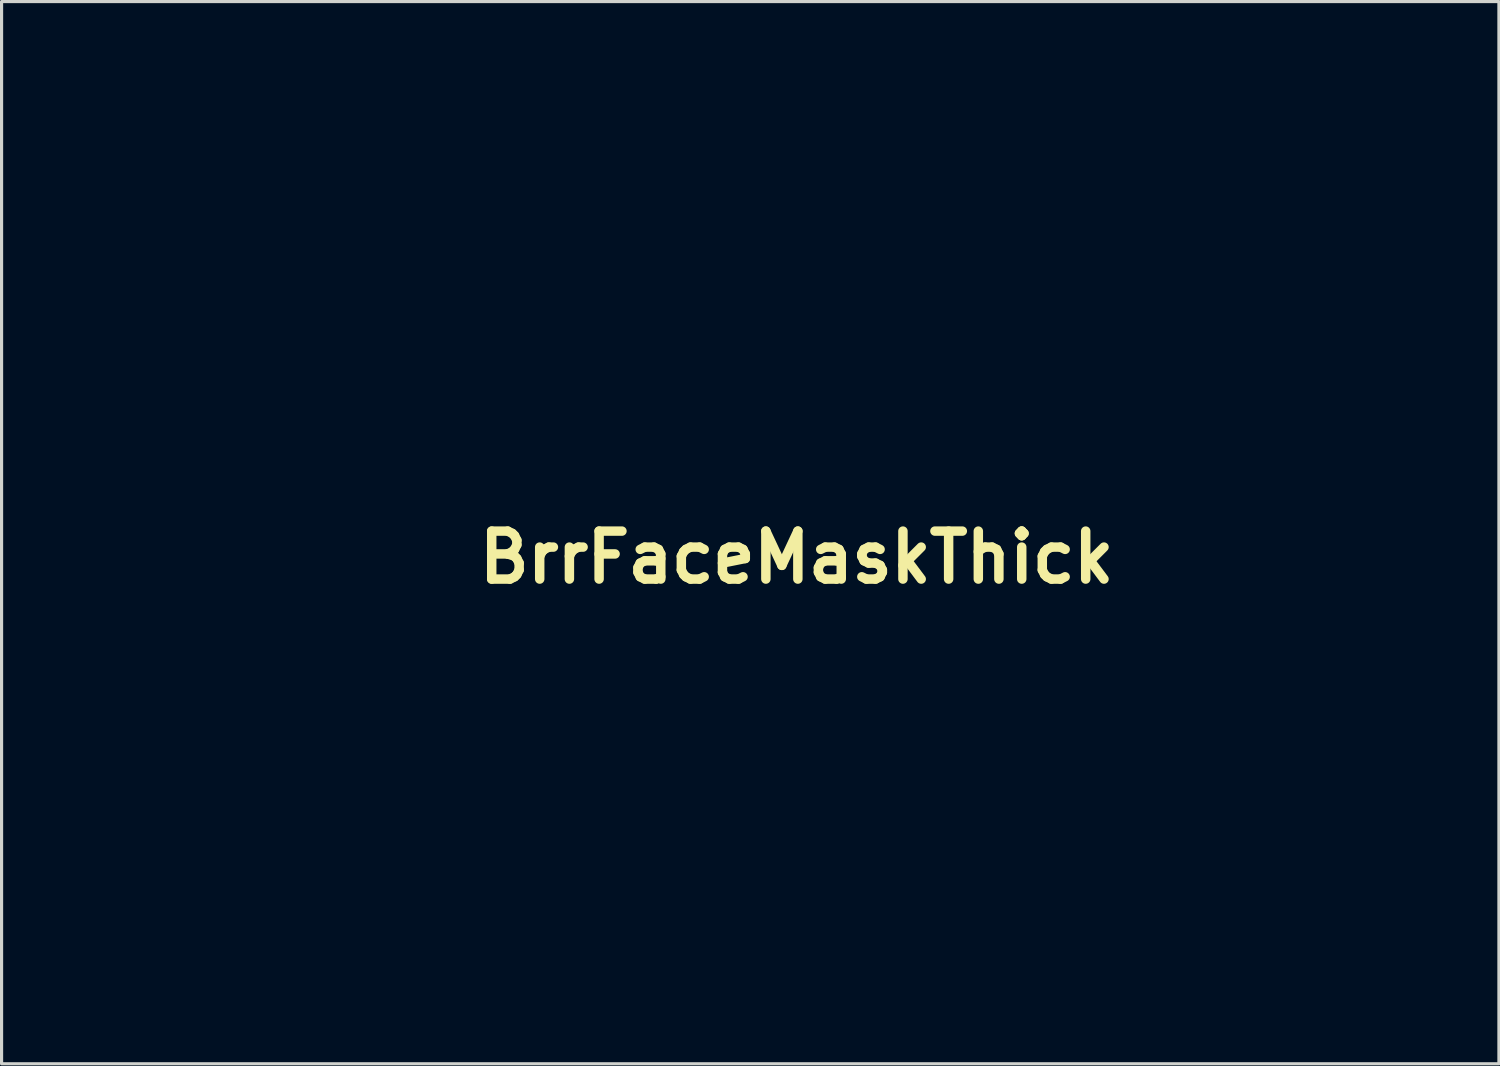
<source format=kicad_pcb>
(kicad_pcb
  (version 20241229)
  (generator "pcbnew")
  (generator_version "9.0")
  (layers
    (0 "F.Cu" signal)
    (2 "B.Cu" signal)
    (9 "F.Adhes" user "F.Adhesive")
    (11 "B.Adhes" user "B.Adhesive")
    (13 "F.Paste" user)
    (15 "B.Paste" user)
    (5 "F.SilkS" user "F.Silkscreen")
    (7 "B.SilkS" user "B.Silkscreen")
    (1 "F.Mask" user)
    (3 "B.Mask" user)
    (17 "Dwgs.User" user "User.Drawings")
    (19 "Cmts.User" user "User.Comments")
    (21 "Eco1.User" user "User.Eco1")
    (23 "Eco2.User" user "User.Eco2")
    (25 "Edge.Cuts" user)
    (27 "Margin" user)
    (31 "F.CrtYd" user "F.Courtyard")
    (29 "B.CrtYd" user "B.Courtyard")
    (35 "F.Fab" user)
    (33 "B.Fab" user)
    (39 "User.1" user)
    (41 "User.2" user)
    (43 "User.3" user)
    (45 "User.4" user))
  (footprint "BrrFaceMaskThick"
    (layer "F.Cu")
    (at 22.259 14.656)
    (property "Reference" "BrrFaceMaskThick" (at 0 0 0) (layer "F.SilkS") (effects (font (size 1.524 1.524) (thickness 0.3))))
    (attr through_hole)
    (fp_poly (pts (xy -2.925 9.337) (xy -3.819 9.337) (xy -3.819 8.075) (xy -2.925 8.075) (xy -2.925 9.337)) (stroke (width 0.01) (type solid)) (fill yes) (layer "F.Mask"))
    (fp_poly (pts (xy -2.925 11.141) (xy -3.819 11.141) (xy -3.819 9.932) (xy -2.925 9.932) (xy -2.925 11.141)) (stroke (width 0.01) (type solid)) (fill yes) (layer "F.Mask"))
    (fp_poly (pts (xy -1.542 9.337) (xy -2.33 9.337) (xy -2.33 8.075) (xy -1.542 8.075) (xy -1.542 9.337)) (stroke (width 0.01) (type solid)) (fill yes) (layer "F.Mask"))
    (fp_poly (pts (xy -1.542 11.141) (xy -2.33 11.141) (xy -2.33 9.932) (xy -1.542 9.932) (xy -1.542 11.141)) (stroke (width 0.01) (type solid)) (fill yes) (layer "F.Mask"))
    (fp_poly (pts (xy -0.158 9.337) (xy -0.946 9.337) (xy -0.946 8.075) (xy -0.158 8.075) (xy -0.158 9.337)) (stroke (width 0.01) (type solid)) (fill yes) (layer "F.Mask"))
    (fp_poly (pts (xy -0.158 11.141) (xy -0.946 11.141) (xy -0.946 9.932) (xy -0.158 9.932) (xy -0.158 11.141)) (stroke (width 0.01) (type solid)) (fill yes) (layer "F.Mask"))
    (fp_poly (pts (xy 1.331 9.337) (xy 0.438 9.337) (xy 0.438 8.075) (xy 1.331 8.075) (xy 1.331 9.337)) (stroke (width 0.01) (type solid)) (fill yes) (layer "F.Mask"))
    (fp_poly (pts (xy 1.331 11.141) (xy 0.438 11.141) (xy 0.438 9.932) (xy 1.331 9.932) (xy 1.331 11.141)) (stroke (width 0.01) (type solid)) (fill yes) (layer "F.Mask"))
    (fp_poly (pts (xy -4.397 9.337) (xy -5.29 9.337) (xy -5.29 9.28) (xy -5.28 9.182) (xy -5.251 9.065) (xy -5.209 8.941) (xy -5.155 8.817) (xy -5.094 8.705) (xy -5.086 8.691) (xy -4.978 8.549) (xy -4.845 8.416) (xy -4.695 8.299) (xy -4.537 8.206) (xy -4.44 8.163) (xy -4.397 8.146) (xy -4.397 9.337)) (stroke (width 0.01) (type solid)) (fill yes) (layer "F.Mask"))
    (fp_poly (pts (xy 2.03 8.223) (xy 2.21 8.333) (xy 2.37 8.47) (xy 2.507 8.63) (xy 2.619 8.809) (xy 2.701 9.004) (xy 2.742 9.153) (xy 2.754 9.21) (xy 2.764 9.254) (xy 2.766 9.286) (xy 2.757 9.309) (xy 2.734 9.324) (xy 2.692 9.332) (xy 2.629 9.336) (xy 2.54 9.337) (xy 2.422 9.337) (xy 2.339 9.337) (xy 1.909 9.337) (xy 1.909 8.163) (xy 2.03 8.223)) (stroke (width 0.01) (type solid)) (fill yes) (layer "F.Mask"))
    (fp_poly (pts (xy 2.756 9.998) (xy 2.709 10.191) (xy 2.63 10.379) (xy 2.521 10.557) (xy 2.386 10.721) (xy 2.367 10.74) (xy 2.293 10.808) (xy 2.213 10.874) (xy 2.13 10.934) (xy 2.053 10.984) (xy 1.987 11.019) (xy 1.939 11.035) (xy 1.931 11.036) (xy 1.925 11.028) (xy 1.92 11.004) (xy 1.916 10.96) (xy 1.913 10.894) (xy 1.911 10.802) (xy 1.91 10.681) (xy 1.909 10.53) (xy 1.909 10.484) (xy 1.909 9.932) (xy 2.766 9.932) (xy 2.756 9.998)) (stroke (width 0.01) (type solid)) (fill yes) (layer "F.Mask"))
    (fp_poly (pts (xy -4.958 9.932) (xy -4.844 9.932) (xy -4.397 9.932) (xy -4.397 10.493) (xy -4.397 10.655) (xy -4.398 10.784) (xy -4.4 10.885) (xy -4.402 10.959) (xy -4.406 11.01) (xy -4.411 11.04) (xy -4.416 11.052) (xy -4.419 11.053) (xy -4.444 11.045) (xy -4.491 11.025) (xy -4.551 10.997) (xy -4.563 10.991) (xy -4.735 10.886) (xy -4.891 10.754) (xy -5.027 10.598) (xy -5.139 10.425) (xy -5.223 10.239) (xy -5.256 10.132) (xy -5.272 10.071) (xy -5.284 10.024) (xy -5.289 9.989) (xy -5.282 9.964) (xy -5.261 9.948) (xy -5.221 9.938) (xy -5.16 9.933) (xy -5.073 9.932) (xy -4.958 9.932)) (stroke (width 0.01) (type solid)) (fill yes) (layer "F.Mask"))
    (fp_poly (pts (xy -11.765 -1.39) (xy -11.417 -1.348) (xy -11.075 -1.275) (xy -10.741 -1.171) (xy -10.416 -1.037) (xy -10.102 -0.872) (xy -9.802 -0.678) (xy -9.519 -0.455) (xy -9.253 -0.203) (xy -9.233 -0.182) (xy -8.991 0.099) (xy -8.779 0.398) (xy -8.597 0.714) (xy -8.446 1.047) (xy -8.325 1.396) (xy -8.236 1.761) (xy -8.204 1.944) (xy -8.188 2.079) (xy -8.178 2.238) (xy -8.173 2.413) (xy -8.173 2.592) (xy -8.179 2.765) (xy -8.189 2.924) (xy -8.204 3.048) (xy -8.277 3.414) (xy -8.381 3.766) (xy -8.515 4.103) (xy -8.678 4.423) (xy -8.869 4.724) (xy -9.086 5.006) (xy -9.328 5.267) (xy -9.594 5.505) (xy -9.882 5.719) (xy -10.191 5.907) (xy -10.52 6.068) (xy -10.867 6.2) (xy -11.011 6.245) (xy -11.287 6.311) (xy -11.58 6.358) (xy -11.881 6.384) (xy -12.177 6.388) (xy -12.402 6.375) (xy -12.771 6.322) (xy -13.129 6.238) (xy -13.475 6.122) (xy -13.806 5.975) (xy -14.121 5.799) (xy -14.418 5.595) (xy -14.695 5.363) (xy -14.951 5.104) (xy -15.169 4.839) (xy -15.375 4.537) (xy -15.551 4.22) (xy -15.695 3.891) (xy -15.808 3.553) (xy -15.89 3.207) (xy -15.939 2.856) (xy -15.957 2.503) (xy -15.942 2.149) (xy -15.895 1.797) (xy -15.814 1.448) (xy -15.701 1.106) (xy -15.581 0.827) (xy -15.436 0.548) (xy -15.275 0.293) (xy -15.095 0.054) (xy -14.887 -0.179) (xy -14.813 -0.255) (xy -14.612 -0.445) (xy -14.416 -0.609) (xy -14.215 -0.753) (xy -14.002 -0.884) (xy -13.841 -0.97) (xy -13.506 -1.122) (xy -13.165 -1.241) (xy -12.817 -1.327) (xy -12.467 -1.38) (xy -12.115 -1.401) (xy -11.765 -1.39)) (stroke (width 0.01) (type solid)) (fill yes) (layer "F.Mask"))
    (fp_poly (pts (xy 9.777 -1.312) (xy 9.975 -1.297) (xy 9.985 -1.295) (xy 10.348 -1.234) (xy 10.699 -1.14) (xy 11.037 -1.015) (xy 11.359 -0.862) (xy 11.665 -0.681) (xy 11.952 -0.473) (xy 12.219 -0.241) (xy 12.465 0.015) (xy 12.686 0.293) (xy 12.882 0.591) (xy 13.051 0.908) (xy 13.191 1.243) (xy 13.241 1.389) (xy 13.33 1.722) (xy 13.389 2.069) (xy 13.418 2.422) (xy 13.416 2.777) (xy 13.383 3.128) (xy 13.32 3.469) (xy 13.295 3.571) (xy 13.184 3.921) (xy 13.042 4.256) (xy 12.871 4.573) (xy 12.674 4.872) (xy 12.45 5.15) (xy 12.203 5.406) (xy 11.933 5.639) (xy 11.642 5.846) (xy 11.331 6.026) (xy 11.003 6.179) (xy 10.659 6.301) (xy 10.487 6.349) (xy 10.375 6.376) (xy 10.249 6.401) (xy 10.127 6.423) (xy 10.04 6.436) (xy 9.901 6.449) (xy 9.738 6.458) (xy 9.562 6.461) (xy 9.384 6.46) (xy 9.214 6.454) (xy 9.063 6.442) (xy 8.995 6.434) (xy 8.649 6.371) (xy 8.309 6.274) (xy 7.978 6.146) (xy 7.659 5.988) (xy 7.354 5.802) (xy 7.068 5.59) (xy 6.802 5.355) (xy 6.561 5.096) (xy 6.428 4.93) (xy 6.216 4.62) (xy 6.037 4.299) (xy 5.891 3.967) (xy 5.778 3.624) (xy 5.699 3.27) (xy 5.653 2.905) (xy 5.641 2.575) (xy 5.657 2.202) (xy 5.706 1.842) (xy 5.788 1.492) (xy 5.904 1.151) (xy 6.053 0.819) (xy 6.229 0.508) (xy 6.428 0.218) (xy 6.655 -0.053) (xy 6.908 -0.303) (xy 7.182 -0.53) (xy 7.475 -0.732) (xy 7.785 -0.907) (xy 8.107 -1.053) (xy 8.441 -1.167) (xy 8.667 -1.225) (xy 8.871 -1.263) (xy 9.094 -1.291) (xy 9.326 -1.309) (xy 9.558 -1.316) (xy 9.777 -1.312)) (stroke (width 0.01) (type solid)) (fill yes) (layer "F.Mask"))
    (fp_poly (pts (xy -1.248 -14.65) (xy -1.093 -14.647) (xy -0.951 -14.642) (xy -0.826 -14.637) (xy -0.725 -14.629) (xy -0.652 -14.62) (xy -0.648 -14.62) (xy -0.562 -14.606) (xy -0.456 -14.59) (xy -0.343 -14.576) (xy -0.251 -14.565) (xy -0.115 -14.548) (xy -0.009 -14.527) (xy 0.072 -14.502) (xy 0.082 -14.498) (xy 0.152 -14.475) (xy 0.242 -14.454) (xy 0.334 -14.439) (xy 0.345 -14.437) (xy 0.426 -14.425) (xy 0.502 -14.408) (xy 0.56 -14.39) (xy 0.572 -14.385) (xy 0.631 -14.361) (xy 0.701 -14.339) (xy 0.732 -14.331) (xy 0.797 -14.314) (xy 0.858 -14.293) (xy 0.88 -14.283) (xy 0.927 -14.264) (xy 0.993 -14.244) (xy 1.049 -14.231) (xy 1.12 -14.211) (xy 1.187 -14.185) (xy 1.225 -14.165) (xy 1.281 -14.134) (xy 1.339 -14.112) (xy 1.349 -14.11) (xy 1.409 -14.092) (xy 1.463 -14.067) (xy 1.516 -14.04) (xy 1.577 -14.016) (xy 1.585 -14.013) (xy 1.643 -13.991) (xy 1.696 -13.963) (xy 1.702 -13.958) (xy 1.75 -13.931) (xy 1.809 -13.905) (xy 1.824 -13.899) (xy 1.876 -13.878) (xy 1.917 -13.856) (xy 1.926 -13.85) (xy 1.952 -13.833) (xy 2.002 -13.805) (xy 2.069 -13.77) (xy 2.141 -13.734) (xy 2.214 -13.697) (xy 2.274 -13.664) (xy 2.315 -13.639) (xy 2.33 -13.625) (xy 2.33 -13.625) (xy 2.345 -13.61) (xy 2.382 -13.588) (xy 2.413 -13.574) (xy 2.468 -13.547) (xy 2.514 -13.521) (xy 2.528 -13.51) (xy 2.577 -13.472) (xy 2.655 -13.423) (xy 2.759 -13.364) (xy 2.814 -13.329) (xy 2.865 -13.289) (xy 2.874 -13.28) (xy 2.908 -13.25) (xy 2.962 -13.207) (xy 3.027 -13.158) (xy 3.066 -13.129) (xy 3.136 -13.076) (xy 3.223 -13.009) (xy 3.314 -12.935) (xy 3.401 -12.864) (xy 3.406 -12.86) (xy 3.515 -12.764) (xy 3.633 -12.654) (xy 3.758 -12.534) (xy 3.886 -12.407) (xy 4.013 -12.276) (xy 4.137 -12.145) (xy 4.254 -12.017) (xy 4.36 -11.896) (xy 4.453 -11.786) (xy 4.53 -11.69) (xy 4.586 -11.612) (xy 4.614 -11.566) (xy 4.637 -11.528) (xy 4.656 -11.509) (xy 4.658 -11.509) (xy 4.676 -11.495) (xy 4.703 -11.46) (xy 4.72 -11.434) (xy 4.759 -11.375) (xy 4.805 -11.309) (xy 4.826 -11.281) (xy 4.868 -11.224) (xy 4.905 -11.166) (xy 4.92 -11.141) (xy 4.952 -11.092) (xy 4.985 -11.051) (xy 4.99 -11.047) (xy 5.02 -11.005) (xy 5.037 -10.964) (xy 5.056 -10.913) (xy 5.086 -10.865) (xy 5.117 -10.823) (xy 5.153 -10.769) (xy 5.19 -10.709) (xy 5.223 -10.653) (xy 5.246 -10.608) (xy 5.255 -10.585) (xy 5.255 -10.585) (xy 5.264 -10.561) (xy 5.287 -10.521) (xy 5.3 -10.502) (xy 5.334 -10.444) (xy 5.367 -10.376) (xy 5.378 -10.349) (xy 5.401 -10.293) (xy 5.425 -10.248) (xy 5.435 -10.232) (xy 5.458 -10.197) (xy 5.481 -10.148) (xy 5.483 -10.142) (xy 5.504 -10.094) (xy 5.526 -10.058) (xy 5.528 -10.055) (xy 5.544 -10.025) (xy 5.563 -9.973) (xy 5.579 -9.923) (xy 5.616 -9.827) (xy 5.673 -9.749) (xy 5.678 -9.743) (xy 5.748 -9.67) (xy 5.812 -9.698) (xy 5.867 -9.719) (xy 5.935 -9.744) (xy 5.977 -9.757) (xy 6.04 -9.781) (xy 6.096 -9.807) (xy 6.121 -9.823) (xy 6.162 -9.845) (xy 6.223 -9.866) (xy 6.283 -9.88) (xy 6.353 -9.897) (xy 6.416 -9.916) (xy 6.454 -9.933) (xy 6.503 -9.955) (xy 6.567 -9.976) (xy 6.604 -9.985) (xy 6.676 -10.004) (xy 6.75 -10.027) (xy 6.779 -10.038) (xy 6.835 -10.055) (xy 6.911 -10.072) (xy 6.992 -10.086) (xy 7.004 -10.088) (xy 7.085 -10.102) (xy 7.164 -10.12) (xy 7.225 -10.141) (xy 7.232 -10.143) (xy 7.269 -10.158) (xy 7.313 -10.171) (xy 7.368 -10.182) (xy 7.44 -10.194) (xy 7.533 -10.205) (xy 7.652 -10.219) (xy 7.76 -10.23) (xy 7.854 -10.239) (xy 7.951 -10.25) (xy 8.035 -10.261) (xy 8.067 -10.265) (xy 8.146 -10.272) (xy 8.254 -10.278) (xy 8.382 -10.281) (xy 8.523 -10.282) (xy 8.67 -10.281) (xy 8.816 -10.278) (xy 8.953 -10.273) (xy 9.074 -10.266) (xy 9.173 -10.257) (xy 9.179 -10.256) (xy 9.289 -10.244) (xy 9.416 -10.231) (xy 9.544 -10.22) (xy 9.633 -10.212) (xy 9.769 -10.199) (xy 9.878 -10.182) (xy 9.969 -10.159) (xy 9.994 -10.151) (xy 10.076 -10.127) (xy 10.173 -10.105) (xy 10.264 -10.09) (xy 10.267 -10.09) (xy 10.351 -10.077) (xy 10.436 -10.059) (xy 10.504 -10.04) (xy 10.51 -10.038) (xy 10.586 -10.014) (xy 10.668 -9.991) (xy 10.703 -9.983) (xy 10.771 -9.966) (xy 10.835 -9.943) (xy 10.862 -9.932) (xy 10.913 -9.911) (xy 10.982 -9.892) (xy 11.037 -9.88) (xy 11.107 -9.863) (xy 11.174 -9.839) (xy 11.211 -9.819) (xy 11.266 -9.791) (xy 11.334 -9.766) (xy 11.364 -9.757) (xy 11.417 -9.743) (xy 11.455 -9.729) (xy 11.465 -9.722) (xy 11.485 -9.709) (xy 11.529 -9.69) (xy 11.587 -9.67) (xy 11.647 -9.647) (xy 11.695 -9.624) (xy 11.72 -9.607) (xy 11.748 -9.588) (xy 11.797 -9.567) (xy 11.84 -9.553) (xy 11.898 -9.534) (xy 11.946 -9.514) (xy 11.965 -9.502) (xy 11.991 -9.485) (xy 12.041 -9.456) (xy 12.108 -9.421) (xy 12.175 -9.387) (xy 12.254 -9.347) (xy 12.325 -9.308) (xy 12.38 -9.275) (xy 12.408 -9.255) (xy 12.446 -9.228) (xy 12.475 -9.214) (xy 12.478 -9.214) (xy 12.504 -9.205) (xy 12.546 -9.181) (xy 12.571 -9.166) (xy 12.626 -9.13) (xy 12.678 -9.097) (xy 12.694 -9.087) (xy 12.764 -9.043) (xy 12.847 -8.989) (xy 12.937 -8.929) (xy 13.025 -8.868) (xy 13.105 -8.813) (xy 13.169 -8.766) (xy 13.208 -8.737) (xy 13.248 -8.705) (xy 13.306 -8.659) (xy 13.375 -8.605) (xy 13.427 -8.565) (xy 13.537 -8.476) (xy 13.664 -8.366) (xy 13.802 -8.239) (xy 13.948 -8.101) (xy 14.094 -7.958) (xy 14.236 -7.813) (xy 14.367 -7.673) (xy 14.399 -7.638) (xy 14.453 -7.579) (xy 14.502 -7.525) (xy 14.538 -7.486) (xy 14.549 -7.474) (xy 14.576 -7.442) (xy 14.62 -7.388) (xy 14.674 -7.319) (xy 14.733 -7.242) (xy 14.792 -7.164) (xy 14.847 -7.091) (xy 14.892 -7.03) (xy 14.92 -6.989) (xy 14.952 -6.944) (xy 14.979 -6.911) (xy 15 -6.88) (xy 15.031 -6.828) (xy 15.068 -6.761) (xy 15.091 -6.718) (xy 15.13 -6.647) (xy 15.166 -6.585) (xy 15.194 -6.54) (xy 15.205 -6.525) (xy 15.22 -6.507) (xy 15.236 -6.482) (xy 15.257 -6.446) (xy 15.285 -6.393) (xy 15.322 -6.318) (xy 15.359 -6.245) (xy 15.389 -6.189) (xy 15.419 -6.141) (xy 15.434 -6.122) (xy 15.454 -6.093) (xy 15.485 -6.04) (xy 15.522 -5.97) (xy 15.557 -5.903) (xy 15.614 -5.788) (xy 15.658 -5.701) (xy 15.693 -5.636) (xy 15.72 -5.589) (xy 15.742 -5.556) (xy 15.761 -5.532) (xy 15.764 -5.528) (xy 15.788 -5.49) (xy 15.81 -5.433) (xy 15.82 -5.395) (xy 15.84 -5.322) (xy 15.868 -5.248) (xy 15.882 -5.22) (xy 15.906 -5.169) (xy 15.921 -5.127) (xy 15.923 -5.113) (xy 15.931 -5.082) (xy 15.951 -5.034) (xy 15.965 -5.006) (xy 15.991 -4.944) (xy 16.014 -4.867) (xy 16.025 -4.814) (xy 16.045 -4.728) (xy 16.075 -4.656) (xy 16.086 -4.637) (xy 16.125 -4.552) (xy 16.142 -4.463) (xy 16.155 -4.383) (xy 16.175 -4.299) (xy 16.188 -4.257) (xy 16.207 -4.192) (xy 16.227 -4.109) (xy 16.244 -4.023) (xy 16.246 -4.01) (xy 16.262 -3.932) (xy 16.28 -3.857) (xy 16.298 -3.801) (xy 16.301 -3.791) (xy 16.317 -3.734) (xy 16.331 -3.643) (xy 16.342 -3.518) (xy 16.347 -3.451) (xy 16.356 -3.33) (xy 16.37 -3.197) (xy 16.386 -3.066) (xy 16.403 -2.953) (xy 16.405 -2.943) (xy 16.422 -2.828) (xy 16.438 -2.698) (xy 16.45 -2.57) (xy 16.456 -2.479) (xy 16.459 -2.352) (xy 16.457 -2.217) (xy 16.452 -2.082) (xy 16.443 -1.953) (xy 16.432 -1.839) (xy 16.418 -1.746) (xy 16.405 -1.69) (xy 16.394 -1.642) (xy 16.381 -1.568) (xy 16.369 -1.475) (xy 16.357 -1.373) (xy 16.352 -1.323) (xy 16.338 -1.185) (xy 16.322 -1.073) (xy 16.304 -0.99) (xy 16.294 -0.955) (xy 16.271 -0.886) (xy 16.253 -0.814) (xy 16.248 -0.788) (xy 16.235 -0.725) (xy 16.215 -0.651) (xy 16.202 -0.613) (xy 16.182 -0.545) (xy 16.161 -0.461) (xy 16.145 -0.382) (xy 16.134 -0.283) (xy 16.139 -0.209) (xy 16.162 -0.154) (xy 16.207 -0.112) (xy 16.244 -0.091) (xy 16.295 -0.062) (xy 16.336 -0.032) (xy 16.346 -0.023) (xy 16.371 0.001) (xy 16.417 0.04) (xy 16.476 0.088) (xy 16.519 0.123) (xy 16.774 0.331) (xy 17.002 0.532) (xy 17.21 0.732) (xy 17.403 0.936) (xy 17.5 1.045) (xy 17.619 1.185) (xy 17.718 1.303) (xy 17.801 1.405) (xy 17.87 1.494) (xy 17.929 1.575) (xy 17.982 1.652) (xy 17.99 1.664) (xy 18.02 1.709) (xy 18.062 1.773) (xy 18.109 1.843) (xy 18.126 1.867) (xy 18.166 1.929) (xy 18.197 1.98) (xy 18.215 2.014) (xy 18.218 2.022) (xy 18.23 2.045) (xy 18.259 2.079) (xy 18.27 2.09) (xy 18.304 2.129) (xy 18.322 2.163) (xy 18.323 2.171) (xy 18.332 2.201) (xy 18.355 2.249) (xy 18.378 2.287) (xy 18.417 2.348) (xy 18.455 2.408) (xy 18.473 2.435) (xy 18.501 2.489) (xy 18.522 2.541) (xy 18.524 2.549) (xy 18.545 2.6) (xy 18.576 2.645) (xy 18.608 2.692) (xy 18.634 2.749) (xy 18.637 2.759) (xy 18.657 2.817) (xy 18.685 2.885) (xy 18.7 2.917) (xy 18.76 3.046) (xy 18.805 3.15) (xy 18.835 3.227) (xy 18.848 3.277) (xy 18.849 3.285) (xy 18.857 3.321) (xy 18.877 3.375) (xy 18.902 3.427) (xy 18.935 3.5) (xy 18.962 3.578) (xy 18.973 3.626) (xy 18.99 3.699) (xy 19.012 3.773) (xy 19.023 3.801) (xy 19.045 3.864) (xy 19.065 3.941) (xy 19.075 3.989) (xy 19.092 4.062) (xy 19.114 4.135) (xy 19.129 4.173) (xy 19.151 4.245) (xy 19.166 4.348) (xy 19.174 4.441) (xy 19.193 4.615) (xy 19.227 4.759) (xy 19.229 4.765) (xy 19.25 4.841) (xy 19.267 4.932) (xy 19.28 5.039) (xy 19.29 5.167) (xy 19.297 5.317) (xy 19.301 5.494) (xy 19.301 5.698) (xy 19.299 5.935) (xy 19.299 5.991) (xy 19.289 6.595) (xy 19.238 6.753) (xy 19.211 6.844) (xy 19.193 6.93) (xy 19.181 7.025) (xy 19.175 7.117) (xy 19.168 7.227) (xy 19.157 7.309) (xy 19.142 7.372) (xy 19.13 7.403) (xy 19.107 7.465) (xy 19.086 7.542) (xy 19.074 7.6) (xy 19.06 7.667) (xy 19.044 7.727) (xy 19.032 7.761) (xy 19.018 7.799) (xy 19.001 7.86) (xy 18.985 7.933) (xy 18.981 7.953) (xy 18.957 8.052) (xy 18.928 8.13) (xy 18.91 8.164) (xy 18.882 8.217) (xy 18.858 8.286) (xy 18.847 8.33) (xy 18.831 8.397) (xy 18.81 8.458) (xy 18.796 8.487) (xy 18.771 8.538) (xy 18.748 8.601) (xy 18.743 8.618) (xy 18.725 8.673) (xy 18.704 8.716) (xy 18.697 8.726) (xy 18.676 8.76) (xy 18.655 8.812) (xy 18.646 8.837) (xy 18.622 8.899) (xy 18.59 8.955) (xy 18.579 8.97) (xy 18.546 9.021) (xy 18.525 9.075) (xy 18.524 9.078) (xy 18.508 9.126) (xy 18.478 9.192) (xy 18.441 9.265) (xy 18.402 9.333) (xy 18.367 9.386) (xy 18.357 9.398) (xy 18.331 9.441) (xy 18.315 9.488) (xy 18.294 9.539) (xy 18.26 9.584) (xy 18.224 9.626) (xy 18.188 9.681) (xy 18.181 9.695) (xy 18.134 9.787) (xy 18.092 9.857) (xy 18.052 9.914) (xy 18.032 9.938) (xy 17.993 9.987) (xy 17.948 10.049) (xy 17.92 10.089) (xy 17.86 10.173) (xy 17.78 10.277) (xy 17.686 10.395) (xy 17.582 10.521) (xy 17.472 10.648) (xy 17.434 10.692) (xy 17.204 10.938) (xy 16.947 11.184) (xy 16.755 11.353) (xy 16.674 11.422) (xy 16.599 11.487) (xy 16.535 11.541) (xy 16.489 11.582) (xy 16.466 11.603) (xy 16.423 11.639) (xy 16.381 11.666) (xy 16.347 11.687) (xy 16.296 11.723) (xy 16.239 11.766) (xy 16.235 11.769) (xy 16.18 11.811) (xy 16.133 11.846) (xy 16.103 11.866) (xy 16.101 11.867) (xy 16.071 11.886) (xy 16.023 11.915) (xy 15.984 11.939) (xy 15.917 11.981) (xy 15.844 12.026) (xy 15.813 12.045) (xy 15.753 12.082) (xy 15.696 12.119) (xy 15.673 12.135) (xy 15.616 12.17) (xy 15.557 12.201) (xy 15.555 12.201) (xy 15.464 12.244) (xy 15.376 12.286) (xy 15.301 12.326) (xy 15.245 12.357) (xy 15.225 12.371) (xy 15.18 12.396) (xy 15.123 12.418) (xy 15.111 12.421) (xy 15.05 12.444) (xy 14.994 12.473) (xy 14.987 12.478) (xy 14.93 12.511) (xy 14.842 12.547) (xy 14.728 12.588) (xy 14.599 12.628) (xy 14.531 12.651) (xy 14.469 12.679) (xy 14.436 12.699) (xy 14.376 12.728) (xy 14.291 12.75) (xy 14.254 12.756) (xy 14.181 12.77) (xy 14.112 12.788) (xy 14.065 12.806) (xy 14.013 12.827) (xy 13.944 12.847) (xy 13.898 12.856) (xy 13.819 12.874) (xy 13.735 12.897) (xy 13.696 12.909) (xy 13.638 12.925) (xy 13.557 12.94) (xy 13.463 12.954) (xy 13.387 12.962) (xy 13.268 12.975) (xy 13.167 12.992) (xy 13.091 13.012) (xy 13.081 13.016) (xy 13.021 13.034) (xy 12.938 13.051) (xy 12.847 13.064) (xy 12.81 13.068) (xy 12.784 13.068) (xy 12.723 13.069) (xy 12.63 13.07) (xy 12.505 13.071) (xy 12.348 13.071) (xy 12.162 13.072) (xy 11.946 13.073) (xy 11.703 13.074) (xy 11.433 13.074) (xy 11.137 13.075) (xy 10.816 13.075) (xy 10.471 13.076) (xy 10.103 13.076) (xy 9.713 13.077) (xy 9.303 13.077) (xy 8.873 13.078) (xy 8.424 13.078) (xy 7.957 13.079) (xy 7.473 13.079) (xy 6.973 13.079) (xy 6.459 13.08) (xy 5.931 13.08) (xy 5.39 13.08) (xy 4.837 13.081) (xy 4.274 13.081) (xy 3.701 13.081) (xy 3.119 13.081) (xy 2.53 13.081) (xy 1.934 13.082) (xy 1.332 13.082) (xy 0.726 13.082) (xy 0.116 13.082) (xy -0.497 13.082) (xy -1.111 13.082) (xy -1.726 13.082) (xy -2.34 13.082) (xy -2.953 13.082) (xy -3.564 13.082) (xy -4.171 13.082) (xy -4.774 13.082) (xy -5.371 13.081) (xy -5.962 13.081) (xy -6.545 13.081) (xy -7.12 13.081) (xy -7.685 13.081) (xy -8.24 13.08) (xy -8.783 13.08) (xy -9.314 13.08) (xy -9.831 13.079) (xy -10.333 13.079) (xy -10.82 13.079) (xy -11.29 13.078) (xy -11.743 13.078) (xy -12.177 13.077) (xy -12.591 13.077) (xy -12.985 13.076) (xy -13.357 13.076) (xy -13.706 13.075) (xy -14.032 13.075) (xy -14.333 13.074) (xy -14.608 13.074) (xy -14.857 13.073) (xy -15.078 13.072) (xy -15.27 13.072) (xy -15.432 13.071) (xy -15.563 13.07) (xy -15.663 13.069) (xy -15.73 13.068) (xy -15.763 13.068) (xy -15.766 13.068) (xy -15.853 13.056) (xy -15.951 13.037) (xy -16.03 13.017) (xy -16.107 12.999) (xy -16.204 12.982) (xy -16.305 12.968) (xy -16.354 12.962) (xy -16.445 12.952) (xy -16.534 12.937) (xy -16.608 12.921) (xy -16.641 12.911) (xy -16.717 12.887) (xy -16.801 12.866) (xy -16.843 12.857) (xy -16.914 12.84) (xy -16.984 12.818) (xy -17.019 12.805) (xy -17.075 12.785) (xy -17.149 12.769) (xy -17.202 12.761) (xy -17.327 12.733) (xy -17.403 12.699) (xy -17.467 12.669) (xy -17.531 12.646) (xy -17.561 12.639) (xy -17.619 12.625) (xy -17.687 12.601) (xy -17.719 12.587) (xy -17.782 12.557) (xy -17.843 12.528) (xy -17.868 12.517) (xy -17.921 12.491) (xy -17.97 12.466) (xy -17.973 12.464) (xy -18.003 12.449) (xy -18.058 12.421) (xy -18.132 12.384) (xy -18.22 12.341) (xy -18.291 12.306) (xy -18.382 12.261) (xy -18.463 12.219) (xy -18.527 12.185) (xy -18.57 12.16) (xy -18.585 12.149) (xy -18.614 12.127) (xy -18.658 12.104) (xy -18.661 12.103) (xy -18.709 12.08) (xy -18.747 12.056) (xy -18.747 12.055) (xy -18.775 12.036) (xy -18.825 12.004) (xy -18.889 11.966) (xy -18.922 11.946) (xy -18.992 11.904) (xy -19.055 11.864) (xy -19.101 11.832) (xy -19.114 11.821) (xy -19.152 11.79) (xy -19.207 11.748) (xy -19.261 11.71) (xy -19.328 11.662) (xy -19.404 11.603) (xy -19.469 11.551) (xy -19.524 11.507) (xy -19.571 11.47) (xy -19.603 11.447) (xy -19.607 11.445) (xy -19.63 11.428) (xy -19.673 11.391) (xy -19.731 11.338) (xy -19.799 11.276) (xy -19.841 11.236) (xy -19.915 11.168) (xy -19.984 11.105) (xy -20.042 11.053) (xy -20.083 11.017) (xy -20.096 11.007) (xy -20.143 10.965) (xy -20.186 10.916) (xy -20.189 10.913) (xy -20.217 10.878) (xy -20.264 10.823) (xy -20.326 10.753) (xy -20.397 10.674) (xy -20.473 10.59) (xy -20.549 10.508) (xy -20.574 10.482) (xy -20.62 10.428) (xy -20.665 10.37) (xy -20.67 10.362) (xy -20.707 10.311) (xy -20.753 10.25) (xy -20.78 10.216) (xy -20.815 10.17) (xy -20.839 10.134) (xy -20.846 10.119) (xy -20.856 10.097) (xy -20.883 10.06) (xy -20.902 10.036) (xy -20.967 9.957) (xy -21.015 9.893) (xy -21.052 9.833) (xy -21.071 9.798) (xy -21.097 9.751) (xy -21.119 9.719) (xy -21.126 9.713) (xy -21.144 9.692) (xy -21.169 9.649) (xy -21.188 9.611) (xy -21.196 9.595) (xy -5.886 9.595) (xy -5.885 9.741) (xy -5.88 9.878) (xy -5.872 9.997) (xy -5.861 10.09) (xy -5.802 10.345) (xy -5.712 10.586) (xy -5.594 10.809) (xy -5.449 11.012) (xy -5.279 11.195) (xy -5.087 11.354) (xy -4.873 11.487) (xy -4.641 11.594) (xy -4.392 11.671) (xy -4.336 11.683) (xy -4.314 11.688) (xy -4.291 11.692) (xy -4.265 11.695) (xy -4.235 11.698) (xy -4.198 11.701) (xy -4.152 11.704) (xy -4.098 11.706) (xy -4.031 11.708) (xy -3.952 11.71) (xy -3.858 11.711) (xy -3.748 11.713) (xy -3.619 11.714) (xy -3.471 11.715) (xy -3.302 11.715) (xy -3.11 11.716) (xy -2.893 11.716) (xy -2.649 11.717) (xy -2.378 11.717) (xy -2.077 11.717) (xy -1.744 11.717) (xy -1.379 11.718) (xy -1.288 11.718) (xy -0.848 11.718) (xy -0.443 11.718) (xy -0.073 11.717) (xy 0.263 11.716) (xy 0.564 11.716) (xy 0.83 11.714) (xy 1.062 11.713) (xy 1.259 11.711) (xy 1.421 11.709) (xy 1.549 11.707) (xy 1.641 11.705) (xy 1.698 11.702) (xy 1.717 11.701) (xy 1.967 11.643) (xy 2.204 11.555) (xy 2.425 11.438) (xy 2.629 11.294) (xy 2.813 11.126) (xy 2.974 10.936) (xy 3.11 10.726) (xy 3.218 10.498) (xy 3.293 10.267) (xy 3.321 10.128) (xy 3.341 9.964) (xy 3.354 9.785) (xy 3.359 9.599) (xy 3.356 9.415) (xy 3.344 9.242) (xy 3.325 9.09) (xy 3.32 9.067) (xy 3.256 8.82) (xy 3.161 8.587) (xy 3.037 8.369) (xy 2.888 8.17) (xy 2.715 7.991) (xy 2.521 7.836) (xy 2.307 7.707) (xy 2.078 7.607) (xy 1.925 7.559) (xy 1.834 7.539) (xy 1.725 7.519) (xy 1.615 7.504) (xy 1.559 7.498) (xy 1.514 7.496) (xy 1.437 7.493) (xy 1.329 7.491) (xy 1.194 7.489) (xy 1.033 7.488) (xy 0.85 7.486) (xy 0.646 7.485) (xy 0.424 7.484) (xy 0.186 7.483) (xy -0.064 7.482) (xy -0.326 7.481) (xy -0.595 7.481) (xy -0.871 7.48) (xy -1.15 7.48) (xy -1.43 7.48) (xy -1.708 7.48) (xy -1.983 7.481) (xy -2.251 7.481) (xy -2.511 7.482) (xy -2.76 7.483) (xy -2.994 7.484) (xy -3.213 7.485) (xy -3.414 7.486) (xy -3.593 7.488) (xy -3.749 7.49) (xy -3.88 7.491) (xy -3.982 7.493) (xy -4.053 7.496) (xy -4.086 7.497) (xy -4.249 7.515) (xy -4.39 7.541) (xy -4.525 7.578) (xy -4.667 7.629) (xy -4.677 7.633) (xy -4.906 7.743) (xy -5.116 7.882) (xy -5.306 8.046) (xy -5.473 8.233) (xy -5.614 8.44) (xy -5.729 8.665) (xy -5.814 8.905) (xy -5.858 9.1) (xy -5.87 9.193) (xy -5.879 9.313) (xy -5.884 9.449) (xy -5.886 9.595) (xy -21.196 9.595) (xy -21.224 9.542) (xy -21.266 9.47) (xy -21.283 9.442) (xy -21.323 9.378) (xy -21.363 9.304) (xy -21.38 9.27) (xy -21.41 9.212) (xy -21.44 9.163) (xy -21.457 9.142) (xy -21.482 9.101) (xy -21.499 9.047) (xy -21.5 9.04) (xy -21.517 8.983) (xy -21.544 8.932) (xy -21.546 8.929) (xy -21.575 8.883) (xy -21.603 8.824) (xy -21.608 8.809) (xy -21.63 8.757) (xy -21.652 8.716) (xy -21.659 8.707) (xy -21.676 8.676) (xy -21.695 8.624) (xy -21.711 8.57) (xy -21.731 8.504) (xy -21.755 8.444) (xy -21.774 8.412) (xy -21.796 8.368) (xy -21.817 8.306) (xy -21.828 8.259) (xy -21.844 8.192) (xy -21.865 8.131) (xy -21.88 8.1) (xy -21.902 8.054) (xy -21.924 7.989) (xy -21.94 7.932) (xy -21.958 7.862) (xy -21.977 7.797) (xy -21.991 7.759) (xy -22.005 7.712) (xy -22.02 7.645) (xy -22.032 7.569) (xy -22.034 7.554) (xy -22.05 7.468) (xy -22.072 7.384) (xy -22.097 7.318) (xy -22.097 7.317) (xy -22.115 7.273) (xy -22.129 7.224) (xy -22.14 7.163) (xy -22.149 7.083) (xy -22.158 6.976) (xy -22.158 6.972) (xy -22.167 6.873) (xy -22.178 6.778) (xy -22.19 6.697) (xy -22.201 6.64) (xy -22.204 6.63) (xy -22.218 6.561) (xy -22.231 6.462) (xy -22.241 6.339) (xy -22.248 6.197) (xy -22.252 6.04) (xy -22.254 5.876) (xy -22.254 5.708) (xy -22.251 5.542) (xy -22.245 5.384) (xy -22.237 5.238) (xy -22.227 5.11) (xy -22.213 5.006) (xy -22.204 4.954) (xy -22.192 4.89) (xy -22.18 4.803) (xy -22.168 4.704) (xy -22.159 4.606) (xy -22.149 4.495) (xy -22.137 4.409) (xy -22.121 4.341) (xy -22.101 4.281) (xy -22.095 4.268) (xy -22.07 4.197) (xy -22.047 4.108) (xy -22.029 4.021) (xy -22.027 4.012) (xy -22.002 3.88) (xy -21.963 3.743) (xy -21.909 3.59) (xy -21.892 3.547) (xy -21.869 3.48) (xy -21.845 3.4) (xy -21.831 3.346) (xy -21.812 3.281) (xy -21.789 3.225) (xy -21.771 3.195) (xy -21.746 3.155) (xy -21.722 3.099) (xy -21.713 3.072) (xy -21.694 3.012) (xy -21.666 2.939) (xy -21.633 2.863) (xy -21.6 2.793) (xy -21.571 2.739) (xy -21.556 2.715) (xy -21.537 2.684) (xy -21.516 2.633) (xy -21.505 2.603) (xy -21.484 2.547) (xy -21.461 2.503) (xy -21.452 2.489) (xy -21.451 2.487) (xy -17.244 2.487) (xy -17.243 2.673) (xy -17.24 2.832) (xy -17.234 2.971) (xy -17.223 3.098) (xy -17.208 3.222) (xy -17.187 3.35) (xy -17.16 3.489) (xy -17.139 3.591) (xy -17.033 3.999) (xy -16.896 4.395) (xy -16.728 4.776) (xy -16.53 5.141) (xy -16.304 5.489) (xy -16.051 5.817) (xy -15.773 6.125) (xy -15.47 6.41) (xy -15.144 6.671) (xy -14.796 6.906) (xy -14.428 7.113) (xy -14.421 7.117) (xy -14.092 7.272) (xy -13.763 7.401) (xy -13.429 7.505) (xy -13.083 7.586) (xy -12.718 7.646) (xy -12.42 7.679) (xy -12.352 7.683) (xy -12.257 7.684) (xy -12.142 7.683) (xy -12.013 7.681) (xy -11.878 7.677) (xy -11.745 7.672) (xy -11.62 7.665) (xy -11.511 7.658) (xy -11.426 7.65) (xy -11.398 7.647) (xy -11.058 7.591) (xy -10.74 7.518) (xy -10.435 7.427) (xy -10.132 7.314) (xy -9.822 7.175) (xy -9.764 7.147) (xy -9.393 6.945) (xy -9.041 6.715) (xy -8.712 6.459) (xy -8.405 6.178) (xy -8.122 5.874) (xy -7.864 5.549) (xy -7.633 5.203) (xy -7.429 4.84) (xy -7.255 4.459) (xy -7.111 4.063) (xy -7.006 3.687) (xy -6.965 3.505) (xy -6.933 3.336) (xy -6.91 3.173) (xy -6.893 3.006) (xy -6.883 2.827) (xy -6.878 2.626) (xy -6.877 2.584) (xy 4.341 2.584) (xy 4.355 2.992) (xy 4.399 3.384) (xy 4.472 3.764) (xy 4.576 4.138) (xy 4.712 4.509) (xy 4.879 4.879) (xy 5.078 5.245) (xy 5.307 5.594) (xy 5.562 5.923) (xy 5.842 6.23) (xy 6.145 6.514) (xy 6.47 6.772) (xy 6.813 7.002) (xy 7.138 7.185) (xy 7.531 7.368) (xy 7.931 7.516) (xy 8.337 7.63) (xy 8.749 7.71) (xy 9.169 7.755) (xy 9.596 7.766) (xy 10.03 7.743) (xy 10.133 7.732) (xy 10.534 7.671) (xy 10.932 7.575) (xy 11.324 7.447) (xy 11.707 7.287) (xy 12.078 7.098) (xy 12.434 6.879) (xy 12.773 6.632) (xy 12.797 6.613) (xy 12.912 6.516) (xy 13.04 6.398) (xy 13.175 6.268) (xy 13.307 6.134) (xy 13.43 6.002) (xy 13.535 5.881) (xy 13.567 5.842) (xy 13.825 5.493) (xy 14.051 5.129) (xy 14.245 4.75) (xy 14.407 4.357) (xy 14.537 3.952) (xy 14.634 3.533) (xy 14.698 3.102) (xy 14.698 3.101) (xy 14.708 2.985) (xy 14.714 2.844) (xy 14.717 2.687) (xy 14.718 2.524) (xy 14.715 2.362) (xy 14.71 2.213) (xy 14.701 2.086) (xy 14.698 2.05) (xy 14.636 1.626) (xy 14.542 1.215) (xy 14.415 0.815) (xy 14.255 0.423) (xy 14.149 0.203) (xy 13.943 -0.162) (xy 13.709 -0.507) (xy 13.449 -0.831) (xy 13.165 -1.132) (xy 12.859 -1.41) (xy 12.532 -1.662) (xy 12.186 -1.888) (xy 11.822 -2.086) (xy 11.444 -2.254) (xy 11.052 -2.392) (xy 10.649 -2.498) (xy 10.572 -2.514) (xy 10.355 -2.554) (xy 10.15 -2.583) (xy 9.946 -2.601) (xy 9.73 -2.611) (xy 9.529 -2.614) (xy 9.109 -2.599) (xy 8.705 -2.553) (xy 8.311 -2.476) (xy 7.926 -2.367) (xy 7.546 -2.225) (xy 7.166 -2.049) (xy 7.158 -2.044) (xy 6.792 -1.838) (xy 6.446 -1.603) (xy 6.121 -1.342) (xy 5.818 -1.055) (xy 5.539 -0.746) (xy 5.285 -0.414) (xy 5.057 -0.062) (xy 4.858 0.308) (xy 4.688 0.694) (xy 4.614 0.896) (xy 4.507 1.246) (xy 4.427 1.596) (xy 4.374 1.953) (xy 4.346 2.323) (xy 4.341 2.584) (xy -6.877 2.584) (xy -6.877 2.514) (xy -6.877 2.345) (xy -6.879 2.203) (xy -6.884 2.08) (xy -6.892 1.968) (xy -6.904 1.858) (xy -6.92 1.743) (xy -6.941 1.614) (xy -6.948 1.577) (xy -7.025 1.223) (xy -7.129 0.868) (xy -7.257 0.519) (xy -7.407 0.186) (xy -7.56 -0.1) (xy -7.791 -0.462) (xy -8.048 -0.801) (xy -8.328 -1.115) (xy -8.63 -1.404) (xy -8.953 -1.667) (xy -9.295 -1.902) (xy -9.654 -2.109) (xy -10.029 -2.287) (xy -10.419 -2.434) (xy -10.823 -2.55) (xy -11.237 -2.634) (xy -11.615 -2.682) (xy -11.773 -2.691) (xy -11.953 -2.695) (xy -12.147 -2.694) (xy -12.343 -2.688) (xy -12.533 -2.677) (xy -12.706 -2.661) (xy -12.827 -2.646) (xy -13.25 -2.564) (xy -13.66 -2.45) (xy -14.055 -2.304) (xy -14.436 -2.127) (xy -14.802 -1.918) (xy -15.15 -1.679) (xy -15.482 -1.409) (xy -15.715 -1.191) (xy -16.009 -0.875) (xy -16.273 -0.544) (xy -16.506 -0.195) (xy -16.708 0.169) (xy -16.88 0.551) (xy -17.021 0.949) (xy -17.131 1.365) (xy -17.204 1.752) (xy -17.217 1.837) (xy -17.226 1.916) (xy -17.233 1.996) (xy -17.238 2.083) (xy -17.242 2.184) (xy -17.243 2.306) (xy -17.244 2.454) (xy -17.244 2.487) (xy -21.451 2.487) (xy -21.434 2.463) (xy -21.404 2.413) (xy -21.368 2.347) (xy -21.335 2.286) (xy -21.297 2.215) (xy -21.262 2.155) (xy -21.237 2.114) (xy -21.224 2.099) (xy -21.205 2.076) (xy -21.179 2.035) (xy -21.17 2.018) (xy -21.146 1.976) (xy -21.107 1.915) (xy -21.06 1.841) (xy -21.012 1.77) (xy -20.96 1.693) (xy -20.912 1.62) (xy -20.872 1.56) (xy -20.849 1.522) (xy -20.821 1.481) (xy -20.798 1.457) (xy -20.791 1.454) (xy -20.772 1.44) (xy -20.747 1.407) (xy -20.742 1.399) (xy -20.713 1.359) (xy -20.67 1.304) (xy -20.622 1.247) (xy -20.621 1.246) (xy -20.572 1.191) (xy -20.51 1.12) (xy -20.442 1.043) (xy -20.396 0.99) (xy -20.206 0.782) (xy -20.001 0.579) (xy -19.775 0.373) (xy -19.595 0.221) (xy -19.494 0.138) (xy -19.4 0.063) (xy -19.316 -0.002) (xy -19.246 -0.053) (xy -19.195 -0.088) (xy -19.165 -0.104) (xy -19.162 -0.105) (xy -19.144 -0.118) (xy -19.116 -0.152) (xy -19.103 -0.172) (xy -19.059 -0.239) (xy -19.087 -0.36) (xy -19.108 -0.444) (xy -19.135 -0.538) (xy -19.156 -0.604) (xy -19.178 -0.684) (xy -19.199 -0.779) (xy -19.214 -0.87) (xy -19.216 -0.879) (xy -19.229 -0.96) (xy -19.247 -1.039) (xy -19.266 -1.101) (xy -19.27 -1.111) (xy -19.291 -1.178) (xy -19.31 -1.274) (xy -19.323 -1.388) (xy -19.333 -1.49) (xy -19.345 -1.61) (xy -19.358 -1.73) (xy -19.366 -1.806) (xy -19.377 -1.922) (xy -19.384 -2.055) (xy -19.389 -2.197) (xy -19.391 -2.339) (xy -19.389 -2.473) (xy -19.384 -2.591) (xy -19.376 -2.684) (xy -19.374 -2.698) (xy -19.368 -2.752) (xy -19.361 -2.833) (xy -19.353 -2.934) (xy -19.345 -3.045) (xy -19.339 -3.153) (xy -19.331 -3.28) (xy -19.329 -3.312) (xy -16.121 -3.312) (xy -15.957 -3.305) (xy -15.882 -3.303) (xy -15.777 -3.301) (xy -15.647 -3.301) (xy -15.495 -3.301) (xy -15.327 -3.301) (xy -15.147 -3.302) (xy -14.96 -3.304) (xy -14.77 -3.306) (xy -14.583 -3.308) (xy -14.402 -3.311) (xy -14.233 -3.314) (xy -14.079 -3.317) (xy -13.947 -3.321) (xy -13.839 -3.324) (xy -13.769 -3.328) (xy -13.115 -3.375) (xy -12.491 -3.439) (xy -11.896 -3.521) (xy -11.329 -3.619) (xy -10.79 -3.735) (xy -10.277 -3.869) (xy -9.79 -4.021) (xy -9.327 -4.191) (xy -8.888 -4.379) (xy -8.472 -4.586) (xy -8.268 -4.699) (xy -8.028 -4.843) (xy -7.801 -4.993) (xy -7.582 -5.152) (xy -7.364 -5.326) (xy -7.142 -5.519) (xy -6.908 -5.736) (xy -6.839 -5.803) (xy -6.549 -6.085) (xy -6.552 -6.087) (xy 4.08 -6.087) (xy 4.409 -5.762) (xy 4.619 -5.56) (xy 4.817 -5.382) (xy 5.01 -5.222) (xy 5.205 -5.075) (xy 5.352 -4.971) (xy 5.739 -4.725) (xy 6.152 -4.499) (xy 6.59 -4.293) (xy 7.054 -4.106) (xy 7.544 -3.939) (xy 8.061 -3.791) (xy 8.606 -3.663) (xy 9.178 -3.554) (xy 9.779 -3.463) (xy 10.408 -3.392) (xy 10.843 -3.355) (xy 11.048 -3.341) (xy 11.275 -3.329) (xy 11.519 -3.318) (xy 11.773 -3.31) (xy 12.032 -3.303) (xy 12.29 -3.298) (xy 12.541 -3.295) (xy 12.78 -3.294) (xy 13 -3.295) (xy 13.196 -3.299) (xy 13.337 -3.305) (xy 13.576 -3.316) (xy 13.576 -3.633) (xy 13.575 -3.756) (xy 13.573 -3.888) (xy 13.57 -4.014) (xy 13.567 -4.125) (xy 13.564 -4.173) (xy 13.553 -4.397) (xy 12.667 -4.397) (xy 12.402 -4.397) (xy 12.166 -4.399) (xy 11.955 -4.401) (xy 11.762 -4.405) (xy 11.581 -4.411) (xy 11.408 -4.418) (xy 11.236 -4.427) (xy 11.061 -4.438) (xy 10.878 -4.45) (xy 10.287 -4.504) (xy 9.718 -4.576) (xy 9.174 -4.667) (xy 8.654 -4.775) (xy 8.16 -4.9) (xy 7.693 -5.043) (xy 7.253 -5.203) (xy 6.843 -5.38) (xy 6.463 -5.573) (xy 6.434 -5.589) (xy 6.201 -5.725) (xy 5.986 -5.864) (xy 5.781 -6.011) (xy 5.58 -6.171) (xy 5.375 -6.35) (xy 5.159 -6.554) (xy 5.145 -6.568) (xy 4.85 -6.856) (xy 4.465 -6.471) (xy 4.08 -6.087) (xy -6.552 -6.087) (xy -6.931 -6.467) (xy -7.026 -6.562) (xy -7.114 -6.648) (xy -7.191 -6.722) (xy -7.254 -6.782) (xy -7.3 -6.825) (xy -7.326 -6.847) (xy -7.33 -6.849) (xy -7.346 -6.837) (xy -7.384 -6.804) (xy -7.439 -6.753) (xy -7.509 -6.687) (xy -7.588 -6.611) (xy -7.645 -6.555) (xy -7.862 -6.347) (xy -8.069 -6.165) (xy -8.272 -6.003) (xy -8.48 -5.855) (xy -8.699 -5.716) (xy -8.938 -5.582) (xy -9.197 -5.449) (xy -9.527 -5.295) (xy -9.861 -5.158) (xy -10.206 -5.036) (xy -10.57 -4.924) (xy -10.939 -4.827) (xy -11.298 -4.744) (xy -11.656 -4.67) (xy -12.017 -4.606) (xy -12.385 -4.552) (xy -12.763 -4.506) (xy -13.155 -4.469) (xy -13.566 -4.44) (xy -13.997 -4.419) (xy -14.454 -4.405) (xy -14.94 -4.398) (xy -15.192 -4.397) (xy -16.098 -4.397) (xy -16.098 -4.093) (xy -16.099 -3.969) (xy -16.101 -3.835) (xy -16.104 -3.704) (xy -16.108 -3.589) (xy -16.11 -3.551) (xy -16.121 -3.312) (xy -19.329 -3.312) (xy -19.324 -3.379) (xy -19.315 -3.458) (xy -19.304 -3.524) (xy -19.29 -3.586) (xy -19.272 -3.65) (xy -19.269 -3.661) (xy -19.243 -3.76) (xy -19.219 -3.872) (xy -19.202 -3.978) (xy -19.199 -4) (xy -19.189 -4.079) (xy -19.176 -4.15) (xy -19.163 -4.202) (xy -19.157 -4.219) (xy -19.14 -4.262) (xy -19.122 -4.323) (xy -19.111 -4.371) (xy -19.092 -4.449) (xy -19.067 -4.535) (xy -19.051 -4.581) (xy -19.027 -4.654) (xy -19.008 -4.73) (xy -19 -4.773) (xy -18.983 -4.841) (xy -18.956 -4.907) (xy -18.945 -4.925) (xy -18.914 -4.985) (xy -18.889 -5.055) (xy -18.884 -5.075) (xy -18.87 -5.129) (xy -18.847 -5.194) (xy -18.815 -5.275) (xy -18.77 -5.377) (xy -18.726 -5.474) (xy -18.698 -5.538) (xy -18.675 -5.597) (xy -18.665 -5.632) (xy -18.645 -5.683) (xy -18.62 -5.72) (xy -18.593 -5.76) (xy -18.566 -5.813) (xy -18.562 -5.825) (xy -18.541 -5.874) (xy -18.509 -5.94) (xy -18.473 -6.012) (xy -18.465 -6.026) (xy -18.425 -6.102) (xy -18.384 -6.181) (xy -18.351 -6.246) (xy -18.348 -6.253) (xy -18.317 -6.314) (xy -18.283 -6.369) (xy -18.265 -6.395) (xy -18.234 -6.439) (xy -18.196 -6.496) (xy -18.177 -6.528) (xy -18.099 -6.658) (xy -18.014 -6.788) (xy -18.008 -6.797) (xy -17.97 -6.853) (xy -17.928 -6.916) (xy -17.913 -6.939) (xy -17.876 -6.991) (xy -17.827 -7.057) (xy -17.775 -7.121) (xy -17.773 -7.124) (xy -17.715 -7.196) (xy -17.651 -7.278) (xy -17.6 -7.345) (xy -17.548 -7.412) (xy -17.491 -7.48) (xy -17.442 -7.534) (xy -17.397 -7.582) (xy -17.339 -7.646) (xy -17.277 -7.716) (xy -17.246 -7.751) (xy -17.185 -7.82) (xy -17.123 -7.887) (xy -17.068 -7.942) (xy -17.045 -7.964) (xy -16.992 -8.012) (xy -16.928 -8.073) (xy -16.864 -8.134) (xy -16.859 -8.139) (xy -16.77 -8.223) (xy -16.675 -8.311) (xy -16.583 -8.394) (xy -16.5 -8.466) (xy -16.438 -8.518) (xy -16.38 -8.564) (xy -16.319 -8.612) (xy -16.301 -8.627) (xy -16.206 -8.702) (xy -16.133 -8.759) (xy -16.075 -8.802) (xy -16.042 -8.825) (xy -15.988 -8.863) (xy -15.93 -8.903) (xy -15.923 -8.908) (xy -15.87 -8.944) (xy -15.819 -8.977) (xy -15.812 -8.982) (xy -15.775 -9.005) (xy -15.718 -9.042) (xy -15.652 -9.085) (xy -15.624 -9.104) (xy -15.553 -9.149) (xy -15.482 -9.19) (xy -15.425 -9.221) (xy -15.409 -9.229) (xy -15.361 -9.252) (xy -15.328 -9.274) (xy -15.321 -9.281) (xy -15.301 -9.296) (xy -15.257 -9.322) (xy -15.194 -9.355) (xy -15.126 -9.389) (xy -15.053 -9.426) (xy -14.992 -9.458) (xy -14.95 -9.483) (xy -14.933 -9.495) (xy -14.912 -9.509) (xy -14.868 -9.526) (xy -14.835 -9.537) (xy -14.768 -9.561) (xy -14.704 -9.591) (xy -14.682 -9.603) (xy -14.649 -9.622) (xy -14.611 -9.641) (xy -14.562 -9.662) (xy -14.495 -9.688) (xy -14.405 -9.721) (xy -14.347 -9.742) (xy -14.287 -9.769) (xy -14.236 -9.8) (xy -14.215 -9.819) (xy -14.167 -9.854) (xy -14.087 -9.886) (xy -14.057 -9.895) (xy -13.984 -9.916) (xy -13.913 -9.939) (xy -13.865 -9.956) (xy -13.801 -9.974) (xy -13.734 -9.984) (xy -13.725 -9.984) (xy -13.669 -9.989) (xy -13.598 -9.999) (xy -13.541 -10.01) (xy -13.47 -10.026) (xy -13.381 -10.045) (xy -13.289 -10.065) (xy -13.261 -10.072) (xy -13.176 -10.093) (xy -13.093 -10.117) (xy -13.026 -10.141) (xy -13.007 -10.15) (xy -12.959 -10.169) (xy -12.908 -10.183) (xy -12.843 -10.193) (xy -12.757 -10.2) (xy -12.708 -10.202) (xy -12.613 -10.209) (xy -12.496 -10.218) (xy -12.369 -10.23) (xy -12.247 -10.243) (xy -12.209 -10.248) (xy -12.088 -10.26) (xy -11.946 -10.269) (xy -11.791 -10.276) (xy -11.63 -10.281) (xy -11.471 -10.283) (xy -11.321 -10.282) (xy -11.188 -10.278) (xy -11.078 -10.271) (xy -11.036 -10.266) (xy -10.969 -10.258) (xy -10.88 -10.248) (xy -10.785 -10.238) (xy -10.729 -10.232) (xy -10.586 -10.217) (xy -10.473 -10.204) (xy -10.386 -10.192) (xy -10.318 -10.181) (xy -10.267 -10.169) (xy -10.225 -10.157) (xy -10.195 -10.145) (xy -10.14 -10.126) (xy -10.065 -10.108) (xy -9.982 -10.093) (xy -9.959 -10.089) (xy -9.88 -10.077) (xy -9.807 -10.062) (xy -9.752 -10.048) (xy -9.74 -10.043) (xy -9.691 -10.026) (xy -9.624 -10.004) (xy -9.551 -9.984) (xy -9.55 -9.983) (xy -9.482 -9.963) (xy -9.423 -9.943) (xy -9.385 -9.925) (xy -9.384 -9.924) (xy -9.346 -9.908) (xy -9.288 -9.891) (xy -9.234 -9.88) (xy -9.163 -9.862) (xy -9.096 -9.838) (xy -9.059 -9.819) (xy -8.999 -9.787) (xy -8.931 -9.761) (xy -8.916 -9.757) (xy -8.851 -9.736) (xy -8.788 -9.71) (xy -8.775 -9.704) (xy -8.733 -9.684) (xy -8.704 -9.681) (xy -8.673 -9.696) (xy -8.657 -9.705) (xy -8.61 -9.741) (xy -8.58 -9.786) (xy -8.561 -9.852) (xy -8.557 -9.871) (xy -8.538 -9.934) (xy -8.508 -9.995) (xy -8.503 -10.002) (xy -8.47 -10.059) (xy -8.444 -10.117) (xy -8.441 -10.125) (xy -8.418 -10.18) (xy -8.391 -10.229) (xy -8.391 -10.23) (xy -8.364 -10.278) (xy -8.341 -10.334) (xy -8.34 -10.337) (xy -8.317 -10.389) (xy -8.288 -10.43) (xy -8.284 -10.433) (xy -8.258 -10.47) (xy -8.235 -10.523) (xy -8.231 -10.539) (xy -8.211 -10.593) (xy -8.186 -10.636) (xy -8.178 -10.644) (xy -8.149 -10.679) (xy -8.118 -10.729) (xy -8.11 -10.746) (xy -8.081 -10.802) (xy -8.046 -10.863) (xy -8.009 -10.923) (xy -7.978 -10.97) (xy -7.956 -10.998) (xy -7.952 -11.001) (xy -7.937 -11.021) (xy -7.916 -11.063) (xy -7.903 -11.091) (xy -7.879 -11.14) (xy -7.857 -11.175) (xy -7.849 -11.184) (xy -7.832 -11.203) (xy -7.8 -11.244) (xy -7.759 -11.3) (xy -7.733 -11.339) (xy -7.664 -11.44) (xy -7.601 -11.528) (xy -7.54 -11.611) (xy -7.474 -11.696) (xy -7.398 -11.789) (xy -7.308 -11.897) (xy -7.235 -11.982) (xy -7.121 -12.111) (xy -6.995 -12.248) (xy -6.86 -12.388) (xy -6.722 -12.526) (xy -6.584 -12.659) (xy -6.452 -12.781) (xy -6.329 -12.89) (xy -6.221 -12.979) (xy -6.138 -13.042) (xy -6.089 -13.076) (xy -6.024 -13.123) (xy -5.953 -13.175) (xy -5.921 -13.199) (xy -5.853 -13.249) (xy -5.79 -13.295) (xy -5.74 -13.331) (xy -5.723 -13.343) (xy -5.669 -13.381) (xy -5.616 -13.417) (xy -5.614 -13.419) (xy -5.543 -13.467) (xy -5.474 -13.51) (xy -5.414 -13.546) (xy -5.37 -13.569) (xy -5.35 -13.576) (xy -5.325 -13.588) (xy -5.297 -13.613) (xy -5.262 -13.643) (xy -5.21 -13.676) (xy -5.176 -13.693) (xy -5.076 -13.742) (xy -5.001 -13.781) (xy -4.943 -13.813) (xy -4.895 -13.842) (xy -4.887 -13.847) (xy -4.828 -13.88) (xy -4.764 -13.907) (xy -4.758 -13.909) (xy -4.696 -13.934) (xy -4.635 -13.968) (xy -4.628 -13.972) (xy -4.585 -13.998) (xy -4.55 -14.013) (xy -4.543 -14.014) (xy -4.514 -14.021) (xy -4.467 -14.04) (xy -4.436 -14.055) (xy -4.374 -14.083) (xy -4.314 -14.104) (xy -4.292 -14.11) (xy -4.237 -14.128) (xy -4.178 -14.158) (xy -4.165 -14.166) (xy -4.112 -14.194) (xy -4.042 -14.22) (xy -3.985 -14.235) (xy -3.917 -14.251) (xy -3.857 -14.27) (xy -3.822 -14.284) (xy -3.779 -14.301) (xy -3.717 -14.322) (xy -3.661 -14.338) (xy -3.594 -14.357) (xy -3.534 -14.378) (xy -3.499 -14.393) (xy -3.459 -14.406) (xy -3.396 -14.421) (xy -3.321 -14.434) (xy -3.297 -14.437) (xy -3.211 -14.451) (xy -3.124 -14.471) (xy -3.052 -14.494) (xy -3.043 -14.498) (xy -2.979 -14.52) (xy -2.898 -14.538) (xy -2.795 -14.554) (xy -2.692 -14.566) (xy -2.587 -14.578) (xy -2.481 -14.591) (xy -2.384 -14.605) (xy -2.309 -14.618) (xy -2.304 -14.62) (xy -2.239 -14.629) (xy -2.144 -14.636) (xy -2.025 -14.642) (xy -1.887 -14.647) (xy -1.735 -14.65) (xy -1.574 -14.651) (xy -1.41 -14.651) (xy -1.248 -14.65)) (stroke (width 0.01) (type solid)) (fill yes) (layer "F.Mask")))
  (gr_rect
    (start -3 -3)
    (end 44.566 30.743)
    (stroke (width 0.1) (type default))
    (fill no)
    (layer "Edge.Cuts")))
</source>
